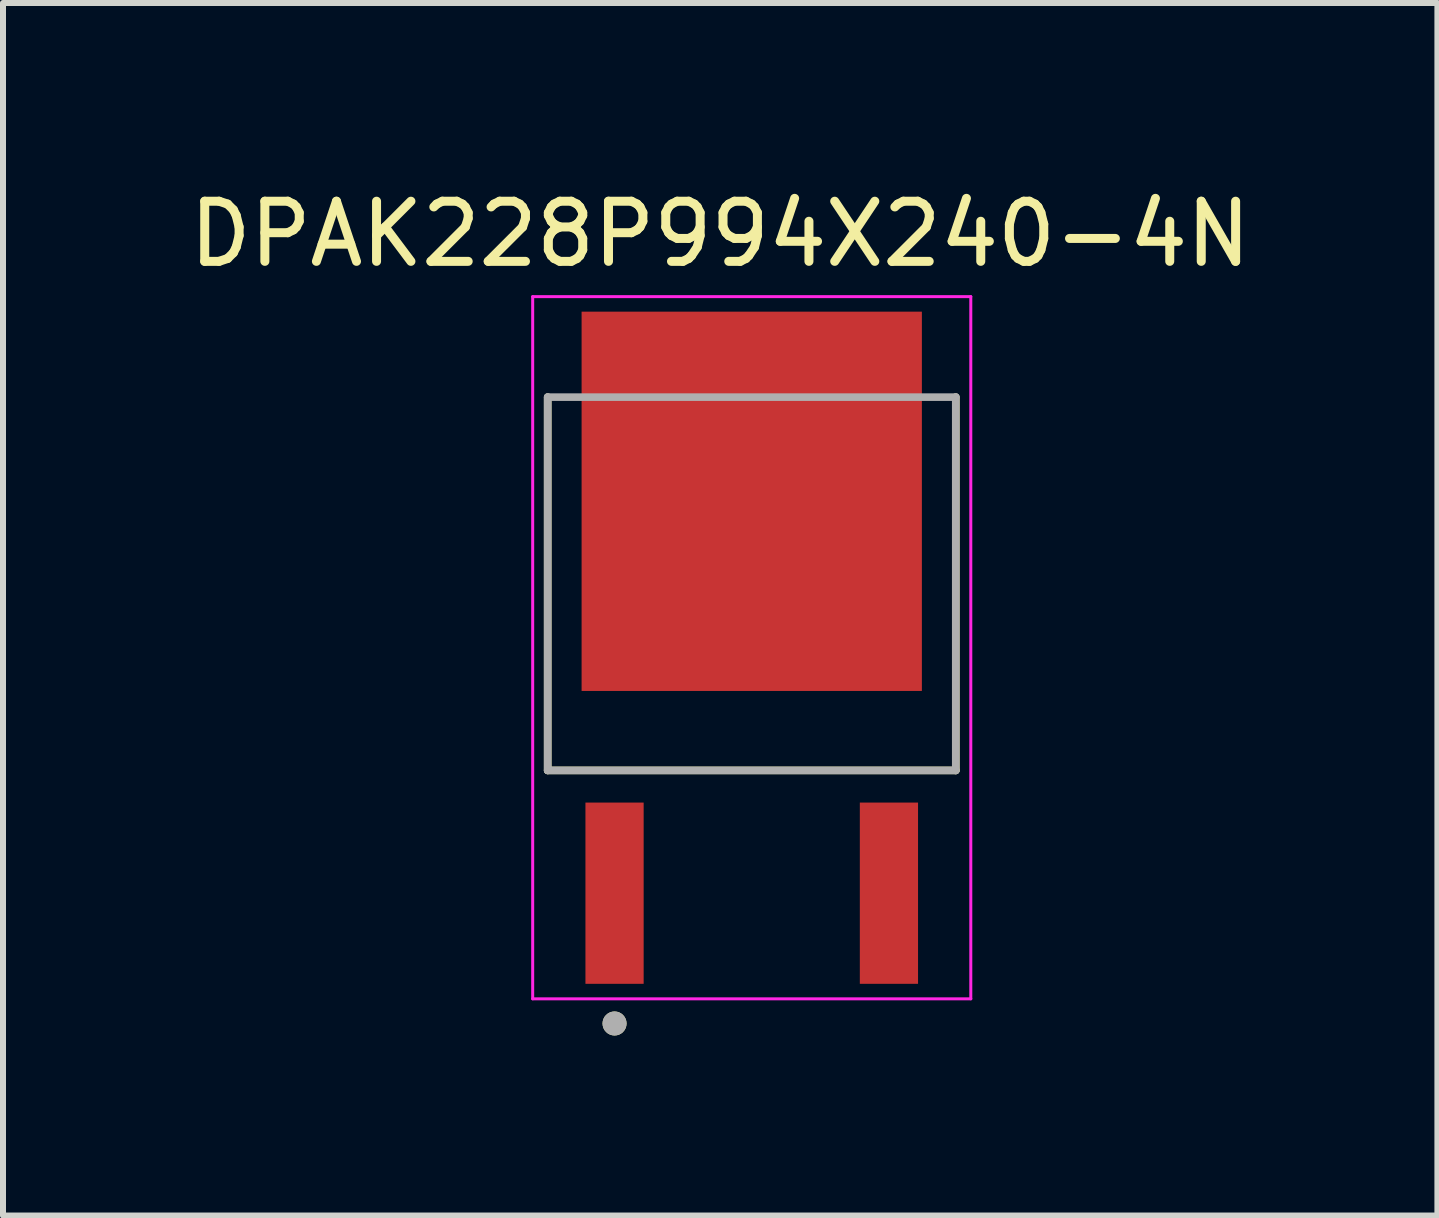
<source format=kicad_pcb>
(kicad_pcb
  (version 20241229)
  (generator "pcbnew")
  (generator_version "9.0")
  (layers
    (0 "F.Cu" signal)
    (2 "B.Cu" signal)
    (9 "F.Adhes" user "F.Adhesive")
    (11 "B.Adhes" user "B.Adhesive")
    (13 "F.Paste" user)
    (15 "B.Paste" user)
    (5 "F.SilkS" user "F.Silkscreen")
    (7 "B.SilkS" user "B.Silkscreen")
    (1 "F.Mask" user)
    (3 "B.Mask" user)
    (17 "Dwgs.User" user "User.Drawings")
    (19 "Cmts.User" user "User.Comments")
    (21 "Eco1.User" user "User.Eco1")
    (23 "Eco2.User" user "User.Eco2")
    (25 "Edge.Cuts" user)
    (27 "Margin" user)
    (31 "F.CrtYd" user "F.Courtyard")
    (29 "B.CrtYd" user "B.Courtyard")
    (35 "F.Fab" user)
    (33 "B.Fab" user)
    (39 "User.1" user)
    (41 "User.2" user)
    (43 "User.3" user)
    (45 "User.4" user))
  (footprint "DPAK228P994X240-4N"
    (layer "F.Cu")
    (at 9.476 7.743)
    (property "Reference" "DPAK228P994X240-4N" (at -0.526 -6.894 0) (layer "F.SilkS") (effects (font (size 1.002 1.002) (thickness 0.15))))
    (attr smd)
    (fp_line (start -3.4 -4.176) (end -3.4 2.044) (stroke (width 0.127) (type solid)) (layer "F.SilkS"))
    (fp_line (start 3.4 -4.176) (end 3.4 2.044) (stroke (width 0.127) (type solid)) (layer "F.SilkS"))
    (fp_line (start 3.4 2.044) (end -3.4 2.044) (stroke (width 0.127) (type solid)) (layer "F.SilkS"))
    (fp_circle (center -2.286 6.261) (end -2.186 6.261) (stroke (width 0.2) (type solid)) (fill no) (layer "F.SilkS"))
    (fp_poly (pts (xy -2.27 -5.23) (xy -0.55 -5.23) (xy -0.55 -3.87) (xy -2.27 -3.87)) (stroke (width 0.01) (type solid)) (fill yes) (layer "F.Paste"))
    (fp_poly (pts (xy -2.27 -3.12) (xy -0.55 -3.12) (xy -0.55 -1.76) (xy -2.27 -1.76)) (stroke (width 0.01) (type solid)) (fill yes) (layer "F.Paste"))
    (fp_poly (pts (xy -2.27 -1.01) (xy -0.55 -1.01) (xy -0.55 0.35) (xy -2.27 0.35)) (stroke (width 0.01) (type solid)) (fill yes) (layer "F.Paste"))
    (fp_poly (pts (xy 0.55 -5.23) (xy 2.27 -5.23) (xy 2.27 -3.87) (xy 0.55 -3.87)) (stroke (width 0.01) (type solid)) (fill yes) (layer "F.Paste"))
    (fp_poly (pts (xy 0.55 -3.12) (xy 2.27 -3.12) (xy 2.27 -1.76) (xy 0.55 -1.76)) (stroke (width 0.01) (type solid)) (fill yes) (layer "F.Paste"))
    (fp_poly (pts (xy 0.55 -1.01) (xy 2.27 -1.01) (xy 2.27 0.35) (xy 0.55 0.35)) (stroke (width 0.01) (type solid)) (fill yes) (layer "F.Paste"))
    (fp_line (start -3.65 -5.85) (end -3.65 5.85) (stroke (width 0.05) (type solid)) (layer "F.CrtYd"))
    (fp_line (start -3.65 5.85) (end 3.65 5.85) (stroke (width 0.05) (type solid)) (layer "F.CrtYd"))
    (fp_line (start 3.65 -5.85) (end -3.65 -5.85) (stroke (width 0.05) (type solid)) (layer "F.CrtYd"))
    (fp_line (start 3.65 5.85) (end 3.65 -5.85) (stroke (width 0.05) (type solid)) (layer "F.CrtYd"))
    (fp_line (start -3.4 -4.176) (end 3.4 -4.176) (stroke (width 0.127) (type solid)) (layer "F.Fab"))
    (fp_line (start -3.4 2.044) (end -3.4 -4.176) (stroke (width 0.127) (type solid)) (layer "F.Fab"))
    (fp_line (start 3.4 2.044) (end -3.4 2.044) (stroke (width 0.127) (type solid)) (layer "F.Fab"))
    (fp_line (start 3.4 2.044) (end 3.4 -4.176) (stroke (width 0.127) (type solid)) (layer "F.Fab"))
    (fp_circle (center -2.286 6.261) (end -2.186 6.261) (stroke (width 0.2) (type solid)) (fill no) (layer "F.Fab"))
    (pad "1" smd rect (at -2.286 4.09) (size 0.97 3.02) (layers "F.Cu" "F.Mask" "F.Paste"))
    (pad "3" smd rect (at 2.286 4.09) (size 0.97 3.02) (layers "F.Cu" "F.Mask" "F.Paste"))
    (pad "4" smd rect (at 0 -2.44) (size 5.67 6.32) (layers "F.Cu" "F.Mask")))
  (gr_rect
    (start -3 -3)
    (end 20.901 17.204)
    (stroke (width 0.1) (type default))
    (fill no)
    (layer "Edge.Cuts")))
</source>
